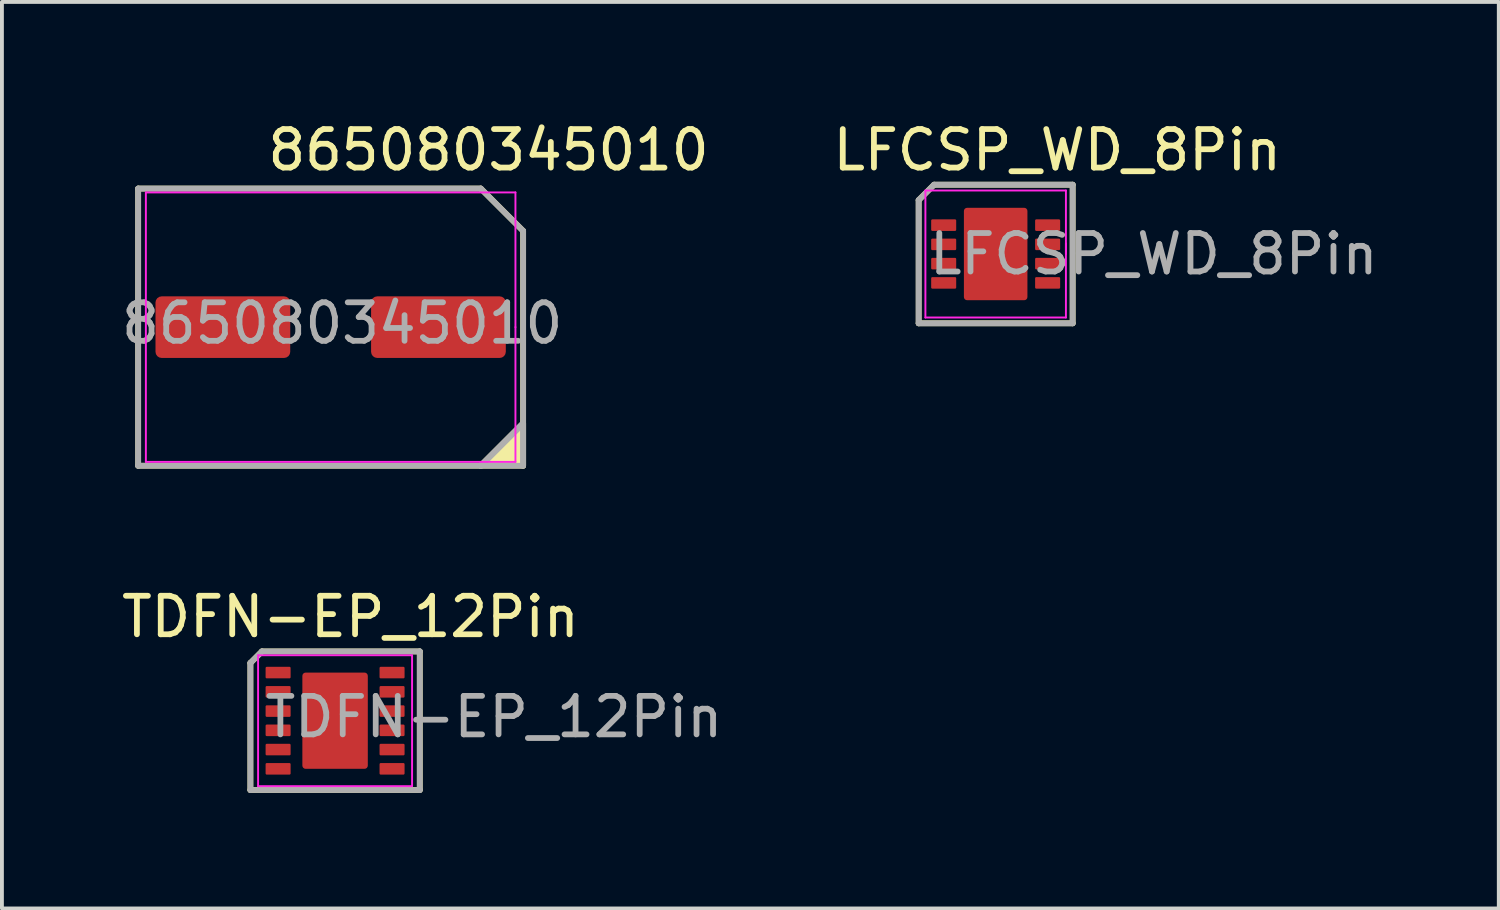
<source format=kicad_pcb>
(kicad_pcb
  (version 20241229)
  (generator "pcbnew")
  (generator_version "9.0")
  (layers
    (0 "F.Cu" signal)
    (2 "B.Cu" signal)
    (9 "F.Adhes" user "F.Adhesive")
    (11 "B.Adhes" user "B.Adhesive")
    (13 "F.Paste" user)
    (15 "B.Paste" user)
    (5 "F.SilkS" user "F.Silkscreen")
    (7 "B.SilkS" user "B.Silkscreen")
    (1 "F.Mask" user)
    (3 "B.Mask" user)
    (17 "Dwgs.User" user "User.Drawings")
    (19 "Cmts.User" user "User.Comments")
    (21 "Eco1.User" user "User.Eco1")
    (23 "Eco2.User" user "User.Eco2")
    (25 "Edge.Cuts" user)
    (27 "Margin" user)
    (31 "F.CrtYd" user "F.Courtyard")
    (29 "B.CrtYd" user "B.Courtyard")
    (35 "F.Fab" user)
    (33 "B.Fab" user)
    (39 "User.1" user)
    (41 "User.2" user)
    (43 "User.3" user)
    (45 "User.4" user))
  (footprint "TDFN-EP_12Pin"
    (layer "F.Cu")
    (at 5.654 15.671)
    (property "Reference" "TDFN-EP_12Pin" (at 0.4 -2.7 0) (unlocked yes) (layer "F.SilkS") (effects (font (size 1 1) (thickness 0.15))))
    (attr smd)
    (fp_line (start -2.2 1.8) (end -2.2 -1.5) (stroke (width 0.15) (type solid)) (layer "F.SilkS"))
    (fp_line (start -1.9 -1.8) (end -2.2 -1.5) (stroke (width 0.15) (type solid)) (layer "F.SilkS"))
    (fp_line (start -1.9 -1.8) (end 2.2 -1.8) (stroke (width 0.15) (type solid)) (layer "F.SilkS"))
    (fp_line (start 2.2 -1.8) (end 2.2 1.8) (stroke (width 0.15) (type solid)) (layer "F.SilkS"))
    (fp_line (start 2.2 1.8) (end -2.2 1.8) (stroke (width 0.15) (type solid)) (layer "F.SilkS"))
    (fp_line (start -2 -1.7) (end 2 -1.7) (stroke (width 0.05) (type solid)) (layer "F.CrtYd"))
    (fp_line (start -2 1.7) (end -2 -1.7) (stroke (width 0.05) (type solid)) (layer "F.CrtYd"))
    (fp_line (start 2 -1.7) (end 2 1.7) (stroke (width 0.05) (type solid)) (layer "F.CrtYd"))
    (fp_line (start 2 1.7) (end -2 1.7) (stroke (width 0.05) (type solid)) (layer "F.CrtYd"))
    (fp_line (start -2.2 1.8) (end -2.2 -1.5) (stroke (width 0.15) (type solid)) (layer "F.Fab"))
    (fp_line (start -1.9 -1.8) (end -2.2 -1.5) (stroke (width 0.15) (type solid)) (layer "F.Fab"))
    (fp_line (start -1.9 -1.8) (end 2.2 -1.8) (stroke (width 0.15) (type solid)) (layer "F.Fab"))
    (fp_line (start 2.2 -1.8) (end 2.2 1.8) (stroke (width 0.15) (type solid)) (layer "F.Fab"))
    (fp_line (start 2.2 1.8) (end -2.2 1.8) (stroke (width 0.15) (type solid)) (layer "F.Fab"))
    (fp_text user "${REFERENCE}" (at -1.9 -0.1 0) (unlocked yes) (layer "F.Fab") (effects (font (size 1 1) (thickness 0.15)) (justify left)))
    (pad "1" smd roundrect (at -1.48 -1.25) (size 0.65 0.3) (layers "F.Cu" "F.Mask" "F.Paste") (roundrect_rratio 0.1))
    (pad "2" smd roundrect (at -1.48 -0.75) (size 0.65 0.3) (layers "F.Cu" "F.Mask" "F.Paste") (roundrect_rratio 0.1))
    (pad "3" smd roundrect (at -1.48 -0.25) (size 0.65 0.3) (layers "F.Cu" "F.Mask" "F.Paste") (roundrect_rratio 0.1))
    (pad "4" smd roundrect (at -1.48 0.25) (size 0.65 0.3) (layers "F.Cu" "F.Mask" "F.Paste") (roundrect_rratio 0.1))
    (pad "5" smd roundrect (at -1.48 0.75) (size 0.65 0.3) (layers "F.Cu" "F.Mask" "F.Paste") (roundrect_rratio 0.1))
    (pad "6" smd roundrect (at -1.48 1.25) (size 0.65 0.3) (layers "F.Cu" "F.Mask" "F.Paste") (roundrect_rratio 0.1))
    (pad "7" smd roundrect (at 1.48 1.25 180) (size 0.65 0.3) (layers "F.Cu" "F.Mask" "F.Paste") (roundrect_rratio 0.1))
    (pad "8" smd roundrect (at 1.48 0.75 180) (size 0.65 0.3) (layers "F.Cu" "F.Mask" "F.Paste") (roundrect_rratio 0.1))
    (pad "9" smd roundrect (at 1.48 0.25 180) (size 0.65 0.3) (layers "F.Cu" "F.Mask" "F.Paste") (roundrect_rratio 0.1))
    (pad "10" smd roundrect (at 1.48 -0.25 180) (size 0.65 0.3) (layers "F.Cu" "F.Mask" "F.Paste") (roundrect_rratio 0.1))
    (pad "11" smd roundrect (at 1.48 -0.75 180) (size 0.65 0.3) (layers "F.Cu" "F.Mask" "F.Paste") (roundrect_rratio 0.1))
    (pad "12" smd roundrect (at 1.48 -1.25 180) (size 0.65 0.3) (layers "F.Cu" "F.Mask" "F.Paste") (roundrect_rratio 0.1))
    (pad "13" smd roundrect (at 0 0) (size 1.7 2.5) (layers "F.Cu" "F.Mask" "F.Paste") (roundrect_rratio 0.05)))
  (footprint "LFCSP_WD_8Pin"
    (layer "F.Cu")
    (at 22.813 3.548)
    (property "Reference" "LFCSP_WD_8Pin" (at 1.6 -2.7 0) (unlocked yes) (layer "F.SilkS") (effects (font (size 1 1) (thickness 0.15))))
    (attr smd)
    (fp_line (start -2 1.8) (end -2 -1.4) (stroke (width 0.15) (type solid)) (layer "F.SilkS"))
    (fp_line (start -1.6 -1.8) (end -2 -1.4) (stroke (width 0.15) (type solid)) (layer "F.SilkS"))
    (fp_line (start -1.6 -1.8) (end 2 -1.8) (stroke (width 0.15) (type solid)) (layer "F.SilkS"))
    (fp_line (start 2 -1.8) (end 2 1.8) (stroke (width 0.15) (type solid)) (layer "F.SilkS"))
    (fp_line (start 2 1.8) (end -2 1.8) (stroke (width 0.15) (type solid)) (layer "F.SilkS"))
    (fp_line (start -1.825 -1.65) (end -1.825 1.65) (stroke (width 0.05) (type solid)) (layer "F.CrtYd"))
    (fp_line (start -1.825 1.65) (end 1.825 1.65) (stroke (width 0.05) (type solid)) (layer "F.CrtYd"))
    (fp_line (start 1.825 -1.65) (end -1.825 -1.65) (stroke (width 0.05) (type solid)) (layer "F.CrtYd"))
    (fp_line (start 1.825 -0.275) (end 1.825 0) (stroke (width 0.05) (type solid)) (layer "F.CrtYd"))
    (fp_line (start 1.825 1.65) (end 1.825 -1.65) (stroke (width 0.05) (type solid)) (layer "F.CrtYd"))
    (fp_line (start -2 1.8) (end -2 -1.4) (stroke (width 0.15) (type solid)) (layer "F.Fab"))
    (fp_line (start -1.6 -1.8) (end -2 -1.4) (stroke (width 0.15) (type solid)) (layer "F.Fab"))
    (fp_line (start -1.6 -1.8) (end 2 -1.8) (stroke (width 0.15) (type solid)) (layer "F.Fab"))
    (fp_line (start 2 -1.8) (end 2 1.8) (stroke (width 0.15) (type solid)) (layer "F.Fab"))
    (fp_line (start 2 1.8) (end -2 1.8) (stroke (width 0.15) (type solid)) (layer "F.Fab"))
    (fp_text user "${REFERENCE}" (at -1.8 0 0) (unlocked yes) (layer "F.Fab") (effects (font (size 1 1) (thickness 0.15)) (justify left)))
    (pad "" smd roundrect (at 0 0 180) (size 1.65 2.4) (layers "F.Cu" "F.Mask" "F.Paste") (roundrect_rratio 0.05))
    (pad "1" smd roundrect (at -1.35 -0.75 180) (size 0.65 0.3) (layers "F.Cu" "F.Mask" "F.Paste") (roundrect_rratio 0.1))
    (pad "2" smd roundrect (at -1.35 -0.25 180) (size 0.65 0.3) (layers "F.Cu" "F.Mask" "F.Paste") (roundrect_rratio 0.1))
    (pad "3" smd roundrect (at -1.35 0.25 180) (size 0.65 0.3) (layers "F.Cu" "F.Mask" "F.Paste") (roundrect_rratio 0.1))
    (pad "4" smd roundrect (at -1.35 0.75 180) (size 0.65 0.3) (layers "F.Cu" "F.Mask" "F.Paste") (roundrect_rratio 0.1))
    (pad "5" smd roundrect (at 1.35 0.75 180) (size 0.65 0.3) (layers "F.Cu" "F.Mask" "F.Paste") (roundrect_rratio 0.1))
    (pad "6" smd roundrect (at 1.35 0.25 180) (size 0.65 0.3) (layers "F.Cu" "F.Mask" "F.Paste") (roundrect_rratio 0.1))
    (pad "7" smd roundrect (at 1.35 -0.25 180) (size 0.65 0.3) (layers "F.Cu" "F.Mask" "F.Paste") (roundrect_rratio 0.1))
    (pad "8" smd roundrect (at 1.35 -0.75 180) (size 0.65 0.3) (layers "F.Cu" "F.Mask" "F.Paste") (roundrect_rratio 0.1)))
  (footprint "865080345010"
    (layer "F.Cu")
    (at 5.539 5.448)
    (property "Reference" "865080345010" (at 4.1 -4.6 0) (unlocked yes) (layer "F.SilkS") (effects (font (size 1 1) (thickness 0.15))))
    (attr smd)
    (fp_line (start -5 -3.6) (end 3.9 -3.6) (stroke (width 0.15) (type solid)) (layer "F.SilkS"))
    (fp_line (start -5 3.6) (end -5 -3.6) (stroke (width 0.15) (type solid)) (layer "F.SilkS"))
    (fp_line (start 3.9 3.6) (end -5 3.6) (stroke (width 0.15) (type solid)) (layer "F.SilkS"))
    (fp_line (start 5 -2.5) (end 3.9 -3.6) (stroke (width 0.15) (type solid)) (layer "F.SilkS"))
    (fp_line (start 5 -2.5) (end 5 3.6) (stroke (width 0.15) (type solid)) (layer "F.SilkS"))
    (fp_line (start 5 2.5) (end 3.9 3.6) (stroke (width 0.15) (type solid)) (layer "F.SilkS"))
    (fp_poly (pts (xy 5 3.6) (xy 3.9 3.6) (xy 5 2.5)) (stroke (width 0.15) (type solid)) (fill yes) (layer "F.SilkS"))
    (fp_line (start -4.8 -3.5) (end 4.8 -3.5) (stroke (width 0.05) (type solid)) (layer "F.CrtYd"))
    (fp_line (start -4.8 3.5) (end -4.8 -3.5) (stroke (width 0.05) (type solid)) (layer "F.CrtYd"))
    (fp_line (start 4.8 -3.5) (end 4.8 0) (stroke (width 0.05) (type solid)) (layer "F.CrtYd"))
    (fp_line (start 4.8 0) (end 4.8 3.5) (stroke (width 0.05) (type solid)) (layer "F.CrtYd"))
    (fp_line (start 4.8 3.5) (end -4.8 3.5) (stroke (width 0.05) (type solid)) (layer "F.CrtYd"))
    (fp_line (start -5 -3.6) (end 3.9 -3.6) (stroke (width 0.15) (type solid)) (layer "F.Fab"))
    (fp_line (start -5 3.6) (end -5 -3.6) (stroke (width 0.15) (type solid)) (layer "F.Fab"))
    (fp_line (start 3.9 3.6) (end -5 3.6) (stroke (width 0.15) (type solid)) (layer "F.Fab"))
    (fp_line (start 5 -2.5) (end 3.9 -3.6) (stroke (width 0.15) (type solid)) (layer "F.Fab"))
    (fp_line (start 5 -2.5) (end 5 3.6) (stroke (width 0.15) (type solid)) (layer "F.Fab"))
    (fp_line (start 5 2.5) (end 3.9 3.6) (stroke (width 0.15) (type solid)) (layer "F.Fab"))
    (fp_poly (pts (xy 5 3.6) (xy 3.9 3.6) (xy 5 2.5)) (stroke (width 0.15) (type solid)) (fill no) (layer "F.Fab"))
    (fp_text user "${REFERENCE}" (at 0.3 -0.1 0) (unlocked yes) (layer "F.Fab") (effects (font (size 1 1) (thickness 0.15))))
    (pad "1" smd roundrect (at -2.8 0) (size 3.5 1.6) (layers "F.Cu" "F.Mask" "F.Paste") (roundrect_rratio 0.1))
    (pad "2" smd roundrect (at 2.8 0) (size 3.5 1.6) (layers "F.Cu" "F.Mask" "F.Paste") (roundrect_rratio 0.1)))
  (gr_rect
    (start -3 -3)
    (end 35.882 20.547)
    (stroke (width 0.1) (type default))
    (fill no)
    (layer "Edge.Cuts")))
</source>
